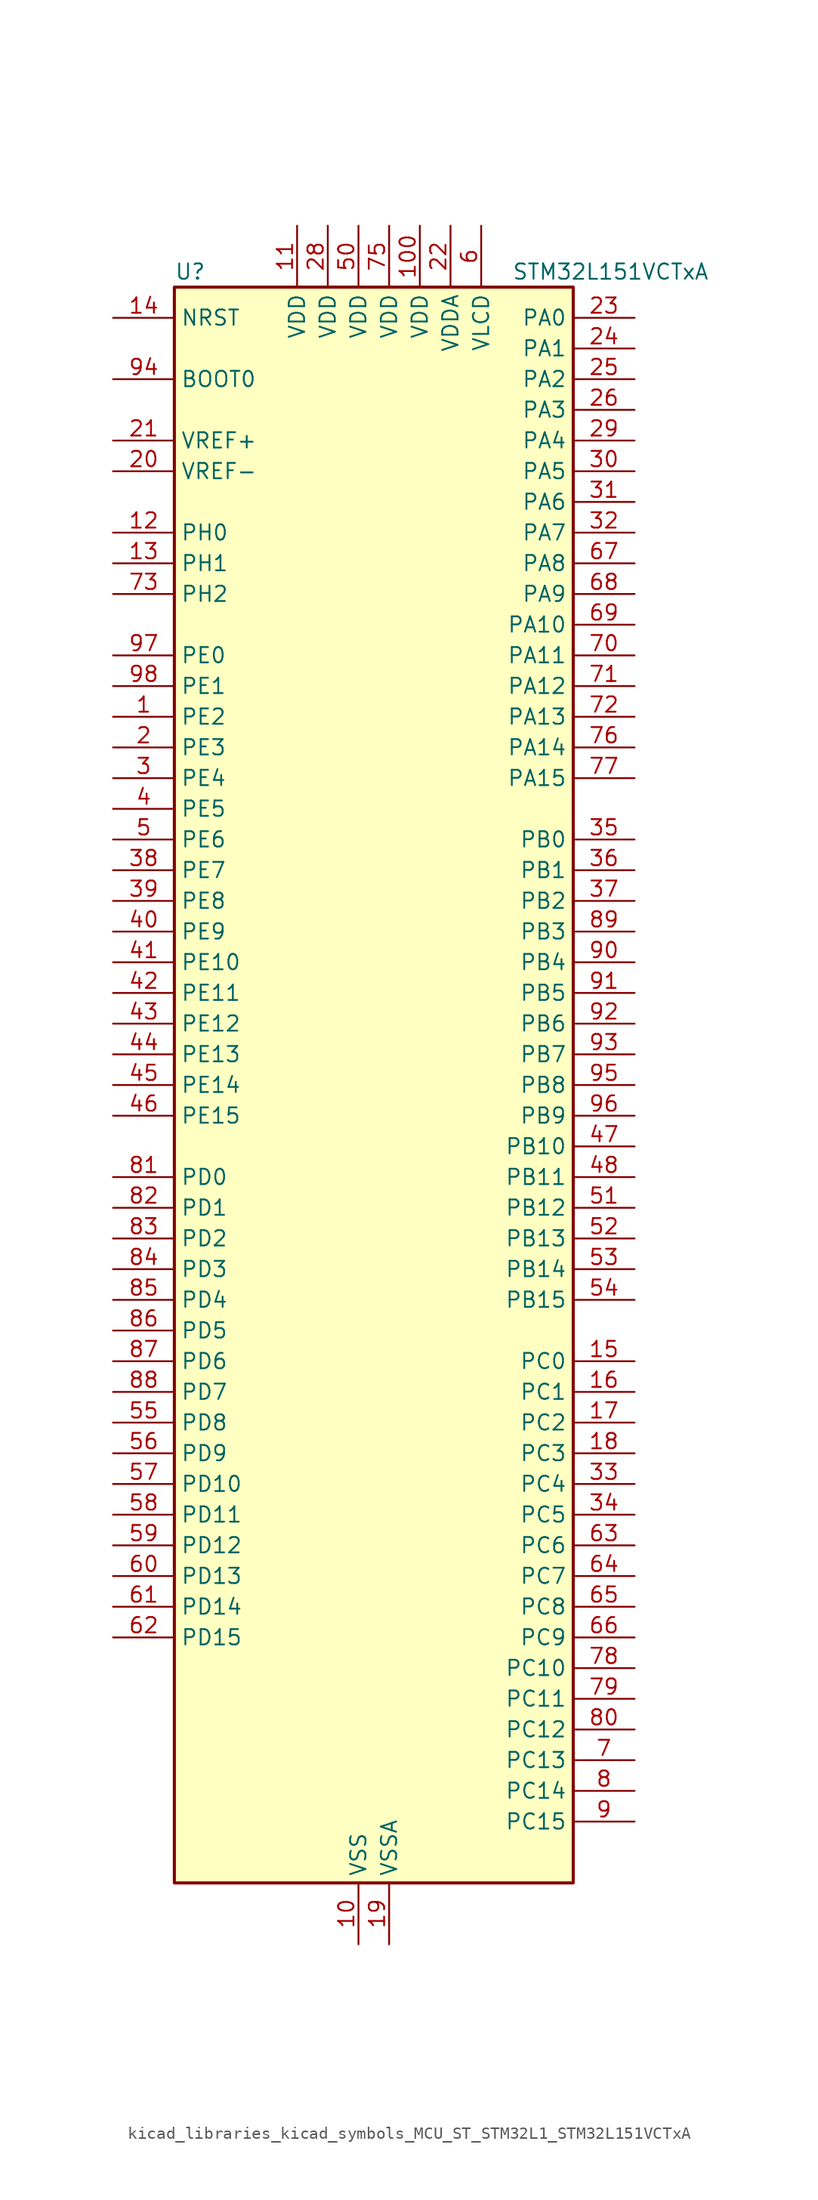
<source format=kicad_sym>
(kicad_symbol_lib
  (version 20220914)
  (generator kicad_symbol_editor)
  (symbol "kicad_libraries_kicad_symbols_MCU_ST_STM32L1_STM32L151VCTxA"
    (property "Reference" "U"
      (at -15.24 67.31 0)
      (effects (font (size 1.27 1.27)) (justify left)))
    (property "Value" "STM32L151VCTxA"
      (at 12.7 67.31 0)
      (effects (font (size 1.27 1.27)) (justify left)))
    (property "ki_locked" ""
      (at 0 0 0)
      (effects (font (size 1.27 1.27))))
    (symbol "kicad_libraries_kicad_symbols_MCU_ST_STM32L1_STM32L151VCTxA_0_1"
      (rectangle (start -15.24 -66.04) (end 17.78 66.04) (stroke (width 0.254) (type default)) (fill (type background))))
    (symbol "kicad_libraries_kicad_symbols_MCU_ST_STM32L1_STM32L151VCTxA_1_1"
      (pin bidirectional line (at -20.32 30.48 0) (length 5.08) (name "PE2" (effects (font (size 1.27 1.27)))) (number "1" (effects (font (size 1.27 1.27)))) (alternate "SYS_TRACECK" bidirectional line) (alternate "TIM3_ETR" bidirectional line) (alternate "TIMX_IC3" bidirectional line))
      (pin power_in line (at 0 -71.12 90) (length 5.08) (name "VSS" (effects (font (size 1.27 1.27)))) (number "10" (effects (font (size 1.27 1.27)))))
      (pin power_in line (at 5.08 71.12 270) (length 5.08) (name "VDD" (effects (font (size 1.27 1.27)))) (number "100" (effects (font (size 1.27 1.27)))))
      (pin power_in line (at -5.08 71.12 270) (length 5.08) (name "VDD" (effects (font (size 1.27 1.27)))) (number "11" (effects (font (size 1.27 1.27)))))
      (pin bidirectional line (at -20.32 45.72 0) (length 5.08) (name "PH0" (effects (font (size 1.27 1.27)))) (number "12" (effects (font (size 1.27 1.27)))) (alternate "RCC_OSC_IN" bidirectional line))
      (pin bidirectional line (at -20.32 43.18 0) (length 5.08) (name "PH1" (effects (font (size 1.27 1.27)))) (number "13" (effects (font (size 1.27 1.27)))) (alternate "RCC_OSC_OUT" bidirectional line))
      (pin input line (at -20.32 63.5 0) (length 5.08) (name "NRST" (effects (font (size 1.27 1.27)))) (number "14" (effects (font (size 1.27 1.27)))))
      (pin bidirectional line (at 22.86 -22.86 180) (length 5.08) (name "PC0" (effects (font (size 1.27 1.27)))) (number "15" (effects (font (size 1.27 1.27)))) (alternate "ADC_IN10" bidirectional line) (alternate "COMP1_INP" bidirectional line) (alternate "TIMX_IC1" bidirectional line) (alternate "TS_G8_IO1" bidirectional line))
      (pin bidirectional line (at 22.86 -25.4 180) (length 5.08) (name "PC1" (effects (font (size 1.27 1.27)))) (number "16" (effects (font (size 1.27 1.27)))) (alternate "ADC_IN11" bidirectional line) (alternate "COMP1_INP" bidirectional line) (alternate "TIMX_IC2" bidirectional line) (alternate "TS_G8_IO2" bidirectional line))
      (pin bidirectional line (at 22.86 -27.94 180) (length 5.08) (name "PC2" (effects (font (size 1.27 1.27)))) (number "17" (effects (font (size 1.27 1.27)))) (alternate "ADC_IN12" bidirectional line) (alternate "COMP1_INP" bidirectional line) (alternate "TIMX_IC3" bidirectional line) (alternate "TS_G8_IO3" bidirectional line))
      (pin bidirectional line (at 22.86 -30.48 180) (length 5.08) (name "PC3" (effects (font (size 1.27 1.27)))) (number "18" (effects (font (size 1.27 1.27)))) (alternate "ADC_IN13" bidirectional line) (alternate "COMP1_INP" bidirectional line) (alternate "TIMX_IC4" bidirectional line) (alternate "TS_G8_IO4" bidirectional line))
      (pin power_in line (at 2.54 -71.12 90) (length 5.08) (name "VSSA" (effects (font (size 1.27 1.27)))) (number "19" (effects (font (size 1.27 1.27)))))
      (pin bidirectional line (at -20.32 27.94 0) (length 5.08) (name "PE3" (effects (font (size 1.27 1.27)))) (number "2" (effects (font (size 1.27 1.27)))) (alternate "SYS_TRACED0" bidirectional line) (alternate "TIM3_CH1" bidirectional line) (alternate "TIMX_IC4" bidirectional line))
      (pin input line (at -20.32 50.8 0) (length 5.08) (name "VREF-" (effects (font (size 1.27 1.27)))) (number "20" (effects (font (size 1.27 1.27)))))
      (pin input line (at -20.32 53.34 0) (length 5.08) (name "VREF+" (effects (font (size 1.27 1.27)))) (number "21" (effects (font (size 1.27 1.27)))))
      (pin power_in line (at 7.62 71.12 270) (length 5.08) (name "VDDA" (effects (font (size 1.27 1.27)))) (number "22" (effects (font (size 1.27 1.27)))))
      (pin bidirectional line (at 22.86 63.5 180) (length 5.08) (name "PA0" (effects (font (size 1.27 1.27)))) (number "23" (effects (font (size 1.27 1.27)))) (alternate "ADC_IN0" bidirectional line) (alternate "COMP1_INP" bidirectional line) (alternate "RTC_TAMP2" bidirectional line) (alternate "SYS_WKUP1" bidirectional line) (alternate "TIM2_CH1" bidirectional line) (alternate "TIM2_ETR" bidirectional line) (alternate "TIM5_CH1" bidirectional line) (alternate "TIMX_IC1" bidirectional line) (alternate "TS_G1_IO1" bidirectional line) (alternate "USART2_CTS" bidirectional line))
      (pin bidirectional line (at 22.86 60.96 180) (length 5.08) (name "PA1" (effects (font (size 1.27 1.27)))) (number "24" (effects (font (size 1.27 1.27)))) (alternate "ADC_IN1" bidirectional line) (alternate "COMP1_INP" bidirectional line) (alternate "OPAMP1_VINP" bidirectional line) (alternate "TIM2_CH2" bidirectional line) (alternate "TIM5_CH2" bidirectional line) (alternate "TIMX_IC2" bidirectional line) (alternate "TS_G1_IO2" bidirectional line) (alternate "USART2_RTS" bidirectional line))
      (pin bidirectional line (at 22.86 58.42 180) (length 5.08) (name "PA2" (effects (font (size 1.27 1.27)))) (number "25" (effects (font (size 1.27 1.27)))) (alternate "ADC_IN2" bidirectional line) (alternate "COMP1_INP" bidirectional line) (alternate "OPAMP1_VINM" bidirectional line) (alternate "TIM2_CH3" bidirectional line) (alternate "TIM5_CH3" bidirectional line) (alternate "TIM9_CH1" bidirectional line) (alternate "TIMX_IC3" bidirectional line) (alternate "TS_G1_IO3" bidirectional line) (alternate "USART2_TX" bidirectional line))
      (pin bidirectional line (at 22.86 55.88 180) (length 5.08) (name "PA3" (effects (font (size 1.27 1.27)))) (number "26" (effects (font (size 1.27 1.27)))) (alternate "ADC_IN3" bidirectional line) (alternate "COMP1_INP" bidirectional line) (alternate "OPAMP1_VOUT" bidirectional line) (alternate "TIM2_CH4" bidirectional line) (alternate "TIM5_CH4" bidirectional line) (alternate "TIM9_CH2" bidirectional line) (alternate "TIMX_IC4" bidirectional line) (alternate "TS_G1_IO4" bidirectional line) (alternate "USART2_RX" bidirectional line))
      (pin passive line (at 0 -71.12 90) (length 5.08) hide (name "VSS" (effects (font (size 1.27 1.27)))) (number "27" (effects (font (size 1.27 1.27)))))
      (pin power_in line (at -2.54 71.12 270) (length 5.08) (name "VDD" (effects (font (size 1.27 1.27)))) (number "28" (effects (font (size 1.27 1.27)))))
      (pin bidirectional line (at 22.86 53.34 180) (length 5.08) (name "PA4" (effects (font (size 1.27 1.27)))) (number "29" (effects (font (size 1.27 1.27)))) (alternate "ADC_IN4" bidirectional line) (alternate "COMP1_INP" bidirectional line) (alternate "DAC_OUT1" bidirectional line) (alternate "I2S3_WS" bidirectional line) (alternate "SPI1_NSS" bidirectional line) (alternate "SPI3_NSS" bidirectional line) (alternate "TIMX_IC1" bidirectional line) (alternate "USART2_CK" bidirectional line))
      (pin bidirectional line (at -20.32 25.4 0) (length 5.08) (name "PE4" (effects (font (size 1.27 1.27)))) (number "3" (effects (font (size 1.27 1.27)))) (alternate "SYS_TRACED1" bidirectional line) (alternate "TIM3_CH2" bidirectional line) (alternate "TIMX_IC1" bidirectional line))
      (pin bidirectional line (at 22.86 50.8 180) (length 5.08) (name "PA5" (effects (font (size 1.27 1.27)))) (number "30" (effects (font (size 1.27 1.27)))) (alternate "ADC_IN5" bidirectional line) (alternate "COMP1_INP" bidirectional line) (alternate "DAC_OUT2" bidirectional line) (alternate "SPI1_SCK" bidirectional line) (alternate "TIM2_CH1" bidirectional line) (alternate "TIM2_ETR" bidirectional line) (alternate "TIMX_IC2" bidirectional line))
      (pin bidirectional line (at 22.86 48.26 180) (length 5.08) (name "PA6" (effects (font (size 1.27 1.27)))) (number "31" (effects (font (size 1.27 1.27)))) (alternate "ADC_IN6" bidirectional line) (alternate "COMP1_INP" bidirectional line) (alternate "OPAMP2_VINP" bidirectional line) (alternate "SPI1_MISO" bidirectional line) (alternate "TIM10_CH1" bidirectional line) (alternate "TIM3_CH1" bidirectional line) (alternate "TIMX_IC3" bidirectional line) (alternate "TS_G2_IO1" bidirectional line))
      (pin bidirectional line (at 22.86 45.72 180) (length 5.08) (name "PA7" (effects (font (size 1.27 1.27)))) (number "32" (effects (font (size 1.27 1.27)))) (alternate "ADC_IN7" bidirectional line) (alternate "COMP1_INP" bidirectional line) (alternate "OPAMP2_VINM" bidirectional line) (alternate "SPI1_MOSI" bidirectional line) (alternate "TIM11_CH1" bidirectional line) (alternate "TIM3_CH2" bidirectional line) (alternate "TIMX_IC4" bidirectional line) (alternate "TS_G2_IO2" bidirectional line))
      (pin bidirectional line (at 22.86 -33.02 180) (length 5.08) (name "PC4" (effects (font (size 1.27 1.27)))) (number "33" (effects (font (size 1.27 1.27)))) (alternate "ADC_IN14" bidirectional line) (alternate "COMP1_INP" bidirectional line) (alternate "TIMX_IC1" bidirectional line) (alternate "TS_G9_IO1" bidirectional line))
      (pin bidirectional line (at 22.86 -35.56 180) (length 5.08) (name "PC5" (effects (font (size 1.27 1.27)))) (number "34" (effects (font (size 1.27 1.27)))) (alternate "ADC_IN15" bidirectional line) (alternate "COMP1_INP" bidirectional line) (alternate "TIMX_IC2" bidirectional line) (alternate "TS_G9_IO2" bidirectional line))
      (pin bidirectional line (at 22.86 20.32 180) (length 5.08) (name "PB0" (effects (font (size 1.27 1.27)))) (number "35" (effects (font (size 1.27 1.27)))) (alternate "ADC_IN8" bidirectional line) (alternate "COMP1_INP" bidirectional line) (alternate "OPAMP2_VOUT" bidirectional line) (alternate "SYS_V_REF_OUT" bidirectional line) (alternate "TIM3_CH3" bidirectional line) (alternate "TS_G3_IO1" bidirectional line))
      (pin bidirectional line (at 22.86 17.78 180) (length 5.08) (name "PB1" (effects (font (size 1.27 1.27)))) (number "36" (effects (font (size 1.27 1.27)))) (alternate "ADC_IN9" bidirectional line) (alternate "COMP1_INP" bidirectional line) (alternate "SYS_V_REF_OUT" bidirectional line) (alternate "TIM3_CH4" bidirectional line) (alternate "TS_G3_IO2" bidirectional line))
      (pin bidirectional line (at 22.86 15.24 180) (length 5.08) (name "PB2" (effects (font (size 1.27 1.27)))) (number "37" (effects (font (size 1.27 1.27)))) (alternate "TS_G3_IO3" bidirectional line))
      (pin bidirectional line (at -20.32 17.78 0) (length 5.08) (name "PE7" (effects (font (size 1.27 1.27)))) (number "38" (effects (font (size 1.27 1.27)))) (alternate "ADC_IN22" bidirectional line) (alternate "COMP1_INP" bidirectional line) (alternate "TIMX_IC4" bidirectional line))
      (pin bidirectional line (at -20.32 15.24 0) (length 5.08) (name "PE8" (effects (font (size 1.27 1.27)))) (number "39" (effects (font (size 1.27 1.27)))) (alternate "ADC_IN23" bidirectional line) (alternate "COMP1_INP" bidirectional line) (alternate "TIMX_IC1" bidirectional line))
      (pin bidirectional line (at -20.32 22.86 0) (length 5.08) (name "PE5" (effects (font (size 1.27 1.27)))) (number "4" (effects (font (size 1.27 1.27)))) (alternate "SYS_TRACED2" bidirectional line) (alternate "TIM9_CH1" bidirectional line) (alternate "TIMX_IC2" bidirectional line))
      (pin bidirectional line (at -20.32 12.7 0) (length 5.08) (name "PE9" (effects (font (size 1.27 1.27)))) (number "40" (effects (font (size 1.27 1.27)))) (alternate "ADC_IN24" bidirectional line) (alternate "COMP1_INP" bidirectional line) (alternate "DAC_EXTI9" bidirectional line) (alternate "TIM2_CH1" bidirectional line) (alternate "TIM2_ETR" bidirectional line) (alternate "TIMX_IC2" bidirectional line))
      (pin bidirectional line (at -20.32 10.16 0) (length 5.08) (name "PE10" (effects (font (size 1.27 1.27)))) (number "41" (effects (font (size 1.27 1.27)))) (alternate "ADC_IN25" bidirectional line) (alternate "COMP1_INP" bidirectional line) (alternate "TIM2_CH2" bidirectional line) (alternate "TIMX_IC3" bidirectional line))
      (pin bidirectional line (at -20.32 7.62 0) (length 5.08) (name "PE11" (effects (font (size 1.27 1.27)))) (number "42" (effects (font (size 1.27 1.27)))) (alternate "ADC_EXTI11" bidirectional line) (alternate "TIM2_CH3" bidirectional line) (alternate "TIMX_IC4" bidirectional line))
      (pin bidirectional line (at -20.32 5.08 0) (length 5.08) (name "PE12" (effects (font (size 1.27 1.27)))) (number "43" (effects (font (size 1.27 1.27)))) (alternate "SPI1_NSS" bidirectional line) (alternate "TIM2_CH4" bidirectional line) (alternate "TIMX_IC1" bidirectional line))
      (pin bidirectional line (at -20.32 2.54 0) (length 5.08) (name "PE13" (effects (font (size 1.27 1.27)))) (number "44" (effects (font (size 1.27 1.27)))) (alternate "SPI1_SCK" bidirectional line) (alternate "TIMX_IC2" bidirectional line))
      (pin bidirectional line (at -20.32 0 0) (length 5.08) (name "PE14" (effects (font (size 1.27 1.27)))) (number "45" (effects (font (size 1.27 1.27)))) (alternate "SPI1_MISO" bidirectional line) (alternate "TIMX_IC3" bidirectional line))
      (pin bidirectional line (at -20.32 -2.54 0) (length 5.08) (name "PE15" (effects (font (size 1.27 1.27)))) (number "46" (effects (font (size 1.27 1.27)))) (alternate "ADC_EXTI15" bidirectional line) (alternate "SPI1_MOSI" bidirectional line) (alternate "TIMX_IC4" bidirectional line))
      (pin bidirectional line (at 22.86 -5.08 180) (length 5.08) (name "PB10" (effects (font (size 1.27 1.27)))) (number "47" (effects (font (size 1.27 1.27)))) (alternate "I2C2_SCL" bidirectional line) (alternate "TIM2_CH3" bidirectional line) (alternate "USART3_TX" bidirectional line))
      (pin bidirectional line (at 22.86 -7.62 180) (length 5.08) (name "PB11" (effects (font (size 1.27 1.27)))) (number "48" (effects (font (size 1.27 1.27)))) (alternate "ADC_EXTI11" bidirectional line) (alternate "I2C2_SDA" bidirectional line) (alternate "TIM2_CH4" bidirectional line) (alternate "USART3_RX" bidirectional line))
      (pin passive line (at 0 -71.12 90) (length 5.08) hide (name "VSS" (effects (font (size 1.27 1.27)))) (number "49" (effects (font (size 1.27 1.27)))))
      (pin bidirectional line (at -20.32 20.32 0) (length 5.08) (name "PE6" (effects (font (size 1.27 1.27)))) (number "5" (effects (font (size 1.27 1.27)))) (alternate "RTC_TAMP3" bidirectional line) (alternate "SYS_TRACED3" bidirectional line) (alternate "SYS_WKUP3" bidirectional line) (alternate "TIM9_CH2" bidirectional line) (alternate "TIMX_IC3" bidirectional line))
      (pin power_in line (at 0 71.12 270) (length 5.08) (name "VDD" (effects (font (size 1.27 1.27)))) (number "50" (effects (font (size 1.27 1.27)))))
      (pin bidirectional line (at 22.86 -10.16 180) (length 5.08) (name "PB12" (effects (font (size 1.27 1.27)))) (number "51" (effects (font (size 1.27 1.27)))) (alternate "ADC_IN18" bidirectional line) (alternate "COMP1_INP" bidirectional line) (alternate "I2C2_SMBA" bidirectional line) (alternate "I2S2_WS" bidirectional line) (alternate "SPI2_NSS" bidirectional line) (alternate "TIM10_CH1" bidirectional line) (alternate "TS_G7_IO1" bidirectional line) (alternate "USART3_CK" bidirectional line))
      (pin bidirectional line (at 22.86 -12.7 180) (length 5.08) (name "PB13" (effects (font (size 1.27 1.27)))) (number "52" (effects (font (size 1.27 1.27)))) (alternate "ADC_IN19" bidirectional line) (alternate "COMP1_INP" bidirectional line) (alternate "I2S2_CK" bidirectional line) (alternate "SPI2_SCK" bidirectional line) (alternate "TIM9_CH1" bidirectional line) (alternate "TS_G7_IO2" bidirectional line) (alternate "USART3_CTS" bidirectional line))
      (pin bidirectional line (at 22.86 -15.24 180) (length 5.08) (name "PB14" (effects (font (size 1.27 1.27)))) (number "53" (effects (font (size 1.27 1.27)))) (alternate "ADC_IN20" bidirectional line) (alternate "COMP1_INP" bidirectional line) (alternate "SPI2_MISO" bidirectional line) (alternate "TIM9_CH2" bidirectional line) (alternate "TS_G7_IO3" bidirectional line) (alternate "USART3_RTS" bidirectional line))
      (pin bidirectional line (at 22.86 -17.78 180) (length 5.08) (name "PB15" (effects (font (size 1.27 1.27)))) (number "54" (effects (font (size 1.27 1.27)))) (alternate "ADC_EXTI15" bidirectional line) (alternate "ADC_IN21" bidirectional line) (alternate "COMP1_INP" bidirectional line) (alternate "I2S2_SD" bidirectional line) (alternate "RTC_REFIN" bidirectional line) (alternate "SPI2_MOSI" bidirectional line) (alternate "TIM11_CH1" bidirectional line) (alternate "TS_G7_IO4" bidirectional line))
      (pin bidirectional line (at -20.32 -27.94 0) (length 5.08) (name "PD8" (effects (font (size 1.27 1.27)))) (number "55" (effects (font (size 1.27 1.27)))) (alternate "TIMX_IC1" bidirectional line) (alternate "USART3_TX" bidirectional line))
      (pin bidirectional line (at -20.32 -30.48 0) (length 5.08) (name "PD9" (effects (font (size 1.27 1.27)))) (number "56" (effects (font (size 1.27 1.27)))) (alternate "DAC_EXTI9" bidirectional line) (alternate "TIMX_IC2" bidirectional line) (alternate "USART3_RX" bidirectional line))
      (pin bidirectional line (at -20.32 -33.02 0) (length 5.08) (name "PD10" (effects (font (size 1.27 1.27)))) (number "57" (effects (font (size 1.27 1.27)))) (alternate "TIMX_IC3" bidirectional line) (alternate "USART3_CK" bidirectional line))
      (pin bidirectional line (at -20.32 -35.56 0) (length 5.08) (name "PD11" (effects (font (size 1.27 1.27)))) (number "58" (effects (font (size 1.27 1.27)))) (alternate "ADC_EXTI11" bidirectional line) (alternate "TIMX_IC4" bidirectional line) (alternate "USART3_CTS" bidirectional line))
      (pin bidirectional line (at -20.32 -38.1 0) (length 5.08) (name "PD12" (effects (font (size 1.27 1.27)))) (number "59" (effects (font (size 1.27 1.27)))) (alternate "TIM4_CH1" bidirectional line) (alternate "TIMX_IC1" bidirectional line) (alternate "USART3_RTS" bidirectional line))
      (pin power_in line (at 10.16 71.12 270) (length 5.08) (name "VLCD" (effects (font (size 1.27 1.27)))) (number "6" (effects (font (size 1.27 1.27)))))
      (pin bidirectional line (at -20.32 -40.64 0) (length 5.08) (name "PD13" (effects (font (size 1.27 1.27)))) (number "60" (effects (font (size 1.27 1.27)))) (alternate "TIM4_CH2" bidirectional line) (alternate "TIMX_IC2" bidirectional line))
      (pin bidirectional line (at -20.32 -43.18 0) (length 5.08) (name "PD14" (effects (font (size 1.27 1.27)))) (number "61" (effects (font (size 1.27 1.27)))) (alternate "TIM4_CH3" bidirectional line) (alternate "TIMX_IC3" bidirectional line))
      (pin bidirectional line (at -20.32 -45.72 0) (length 5.08) (name "PD15" (effects (font (size 1.27 1.27)))) (number "62" (effects (font (size 1.27 1.27)))) (alternate "ADC_EXTI15" bidirectional line) (alternate "TIM4_CH4" bidirectional line) (alternate "TIMX_IC4" bidirectional line))
      (pin bidirectional line (at 22.86 -38.1 180) (length 5.08) (name "PC6" (effects (font (size 1.27 1.27)))) (number "63" (effects (font (size 1.27 1.27)))) (alternate "I2S2_MCK" bidirectional line) (alternate "TIM3_CH1" bidirectional line) (alternate "TIMX_IC3" bidirectional line) (alternate "TS_G10_IO1" bidirectional line))
      (pin bidirectional line (at 22.86 -40.64 180) (length 5.08) (name "PC7" (effects (font (size 1.27 1.27)))) (number "64" (effects (font (size 1.27 1.27)))) (alternate "I2S3_MCK" bidirectional line) (alternate "TIM3_CH2" bidirectional line) (alternate "TIMX_IC4" bidirectional line) (alternate "TS_G10_IO2" bidirectional line))
      (pin bidirectional line (at 22.86 -43.18 180) (length 5.08) (name "PC8" (effects (font (size 1.27 1.27)))) (number "65" (effects (font (size 1.27 1.27)))) (alternate "TIM3_CH3" bidirectional line) (alternate "TIMX_IC1" bidirectional line) (alternate "TS_G10_IO3" bidirectional line))
      (pin bidirectional line (at 22.86 -45.72 180) (length 5.08) (name "PC9" (effects (font (size 1.27 1.27)))) (number "66" (effects (font (size 1.27 1.27)))) (alternate "DAC_EXTI9" bidirectional line) (alternate "TIM3_CH4" bidirectional line) (alternate "TIMX_IC2" bidirectional line) (alternate "TS_G10_IO4" bidirectional line))
      (pin bidirectional line (at 22.86 43.18 180) (length 5.08) (name "PA8" (effects (font (size 1.27 1.27)))) (number "67" (effects (font (size 1.27 1.27)))) (alternate "RCC_MCO" bidirectional line) (alternate "TIMX_IC1" bidirectional line) (alternate "TS_G4_IO1" bidirectional line) (alternate "USART1_CK" bidirectional line))
      (pin bidirectional line (at 22.86 40.64 180) (length 5.08) (name "PA9" (effects (font (size 1.27 1.27)))) (number "68" (effects (font (size 1.27 1.27)))) (alternate "DAC_EXTI9" bidirectional line) (alternate "TIMX_IC2" bidirectional line) (alternate "TS_G4_IO2" bidirectional line) (alternate "USART1_TX" bidirectional line))
      (pin bidirectional line (at 22.86 38.1 180) (length 5.08) (name "PA10" (effects (font (size 1.27 1.27)))) (number "69" (effects (font (size 1.27 1.27)))) (alternate "TIMX_IC3" bidirectional line) (alternate "TS_G4_IO3" bidirectional line) (alternate "USART1_RX" bidirectional line))
      (pin bidirectional line (at 22.86 -55.88 180) (length 5.08) (name "PC13" (effects (font (size 1.27 1.27)))) (number "7" (effects (font (size 1.27 1.27)))) (alternate "RTC_OUT_ALARM" bidirectional line) (alternate "RTC_OUT_CALIB" bidirectional line) (alternate "RTC_TAMP1" bidirectional line) (alternate "RTC_TS" bidirectional line) (alternate "SYS_WKUP2" bidirectional line) (alternate "TIMX_IC2" bidirectional line))
      (pin bidirectional line (at 22.86 35.56 180) (length 5.08) (name "PA11" (effects (font (size 1.27 1.27)))) (number "70" (effects (font (size 1.27 1.27)))) (alternate "ADC_EXTI11" bidirectional line) (alternate "SPI1_MISO" bidirectional line) (alternate "TIMX_IC4" bidirectional line) (alternate "USART1_CTS" bidirectional line) (alternate "USB_DM" bidirectional line))
      (pin bidirectional line (at 22.86 33.02 180) (length 5.08) (name "PA12" (effects (font (size 1.27 1.27)))) (number "71" (effects (font (size 1.27 1.27)))) (alternate "SPI1_MOSI" bidirectional line) (alternate "TIMX_IC1" bidirectional line) (alternate "USART1_RTS" bidirectional line) (alternate "USB_DP" bidirectional line))
      (pin bidirectional line (at 22.86 30.48 180) (length 5.08) (name "PA13" (effects (font (size 1.27 1.27)))) (number "72" (effects (font (size 1.27 1.27)))) (alternate "SYS_JTMS-SWDIO" bidirectional line) (alternate "TIMX_IC2" bidirectional line) (alternate "TS_G5_IO1" bidirectional line))
      (pin bidirectional line (at -20.32 40.64 0) (length 5.08) (name "PH2" (effects (font (size 1.27 1.27)))) (number "73" (effects (font (size 1.27 1.27)))))
      (pin passive line (at 0 -71.12 90) (length 5.08) hide (name "VSS" (effects (font (size 1.27 1.27)))) (number "74" (effects (font (size 1.27 1.27)))))
      (pin power_in line (at 2.54 71.12 270) (length 5.08) (name "VDD" (effects (font (size 1.27 1.27)))) (number "75" (effects (font (size 1.27 1.27)))))
      (pin bidirectional line (at 22.86 27.94 180) (length 5.08) (name "PA14" (effects (font (size 1.27 1.27)))) (number "76" (effects (font (size 1.27 1.27)))) (alternate "SYS_JTCK-SWCLK" bidirectional line) (alternate "TIMX_IC3" bidirectional line) (alternate "TS_G5_IO2" bidirectional line))
      (pin bidirectional line (at 22.86 25.4 180) (length 5.08) (name "PA15" (effects (font (size 1.27 1.27)))) (number "77" (effects (font (size 1.27 1.27)))) (alternate "ADC_EXTI15" bidirectional line) (alternate "I2S3_WS" bidirectional line) (alternate "SPI1_NSS" bidirectional line) (alternate "SPI3_NSS" bidirectional line) (alternate "SYS_JTDI" bidirectional line) (alternate "TIM2_CH1" bidirectional line) (alternate "TIM2_ETR" bidirectional line) (alternate "TIMX_IC4" bidirectional line) (alternate "TS_G5_IO3" bidirectional line))
      (pin bidirectional line (at 22.86 -48.26 180) (length 5.08) (name "PC10" (effects (font (size 1.27 1.27)))) (number "78" (effects (font (size 1.27 1.27)))) (alternate "I2S3_CK" bidirectional line) (alternate "SPI3_SCK" bidirectional line) (alternate "TIMX_IC3" bidirectional line) (alternate "USART3_TX" bidirectional line))
      (pin bidirectional line (at 22.86 -50.8 180) (length 5.08) (name "PC11" (effects (font (size 1.27 1.27)))) (number "79" (effects (font (size 1.27 1.27)))) (alternate "ADC_EXTI11" bidirectional line) (alternate "SPI3_MISO" bidirectional line) (alternate "TIMX_IC4" bidirectional line) (alternate "USART3_RX" bidirectional line))
      (pin bidirectional line (at 22.86 -58.42 180) (length 5.08) (name "PC14" (effects (font (size 1.27 1.27)))) (number "8" (effects (font (size 1.27 1.27)))) (alternate "RCC_OSC32_IN" bidirectional line) (alternate "TIMX_IC3" bidirectional line))
      (pin bidirectional line (at 22.86 -53.34 180) (length 5.08) (name "PC12" (effects (font (size 1.27 1.27)))) (number "80" (effects (font (size 1.27 1.27)))) (alternate "I2S3_SD" bidirectional line) (alternate "SPI3_MOSI" bidirectional line) (alternate "TIMX_IC1" bidirectional line) (alternate "USART3_CK" bidirectional line))
      (pin bidirectional line (at -20.32 -7.62 0) (length 5.08) (name "PD0" (effects (font (size 1.27 1.27)))) (number "81" (effects (font (size 1.27 1.27)))) (alternate "I2S2_WS" bidirectional line) (alternate "SPI2_NSS" bidirectional line) (alternate "TIM9_CH1" bidirectional line) (alternate "TIMX_IC1" bidirectional line))
      (pin bidirectional line (at -20.32 -10.16 0) (length 5.08) (name "PD1" (effects (font (size 1.27 1.27)))) (number "82" (effects (font (size 1.27 1.27)))) (alternate "I2S2_CK" bidirectional line) (alternate "SPI2_SCK" bidirectional line) (alternate "TIMX_IC2" bidirectional line))
      (pin bidirectional line (at -20.32 -12.7 0) (length 5.08) (name "PD2" (effects (font (size 1.27 1.27)))) (number "83" (effects (font (size 1.27 1.27)))) (alternate "TIM3_ETR" bidirectional line) (alternate "TIMX_IC3" bidirectional line))
      (pin bidirectional line (at -20.32 -15.24 0) (length 5.08) (name "PD3" (effects (font (size 1.27 1.27)))) (number "84" (effects (font (size 1.27 1.27)))) (alternate "SPI2_MISO" bidirectional line) (alternate "TIMX_IC4" bidirectional line) (alternate "USART2_CTS" bidirectional line))
      (pin bidirectional line (at -20.32 -17.78 0) (length 5.08) (name "PD4" (effects (font (size 1.27 1.27)))) (number "85" (effects (font (size 1.27 1.27)))) (alternate "I2S2_SD" bidirectional line) (alternate "SPI2_MOSI" bidirectional line) (alternate "TIMX_IC1" bidirectional line) (alternate "USART2_RTS" bidirectional line))
      (pin bidirectional line (at -20.32 -20.32 0) (length 5.08) (name "PD5" (effects (font (size 1.27 1.27)))) (number "86" (effects (font (size 1.27 1.27)))) (alternate "TIMX_IC2" bidirectional line) (alternate "USART2_TX" bidirectional line))
      (pin bidirectional line (at -20.32 -22.86 0) (length 5.08) (name "PD6" (effects (font (size 1.27 1.27)))) (number "87" (effects (font (size 1.27 1.27)))) (alternate "TIMX_IC3" bidirectional line) (alternate "USART2_RX" bidirectional line))
      (pin bidirectional line (at -20.32 -25.4 0) (length 5.08) (name "PD7" (effects (font (size 1.27 1.27)))) (number "88" (effects (font (size 1.27 1.27)))) (alternate "TIM9_CH2" bidirectional line) (alternate "TIMX_IC4" bidirectional line) (alternate "USART2_CK" bidirectional line))
      (pin bidirectional line (at 22.86 12.7 180) (length 5.08) (name "PB3" (effects (font (size 1.27 1.27)))) (number "89" (effects (font (size 1.27 1.27)))) (alternate "COMP2_INM" bidirectional line) (alternate "I2S3_CK" bidirectional line) (alternate "SPI1_SCK" bidirectional line) (alternate "SPI3_SCK" bidirectional line) (alternate "SYS_JTDO-TRACESWO" bidirectional line) (alternate "TIM2_CH2" bidirectional line))
      (pin bidirectional line (at 22.86 -60.96 180) (length 5.08) (name "PC15" (effects (font (size 1.27 1.27)))) (number "9" (effects (font (size 1.27 1.27)))) (alternate "ADC_EXTI15" bidirectional line) (alternate "RCC_OSC32_OUT" bidirectional line) (alternate "TIMX_IC4" bidirectional line))
      (pin bidirectional line (at 22.86 10.16 180) (length 5.08) (name "PB4" (effects (font (size 1.27 1.27)))) (number "90" (effects (font (size 1.27 1.27)))) (alternate "COMP2_INP" bidirectional line) (alternate "SPI1_MISO" bidirectional line) (alternate "SPI3_MISO" bidirectional line) (alternate "SYS_JTRST" bidirectional line) (alternate "TIM3_CH1" bidirectional line) (alternate "TS_G6_IO1" bidirectional line))
      (pin bidirectional line (at 22.86 7.62 180) (length 5.08) (name "PB5" (effects (font (size 1.27 1.27)))) (number "91" (effects (font (size 1.27 1.27)))) (alternate "COMP2_INP" bidirectional line) (alternate "I2C1_SMBA" bidirectional line) (alternate "I2S3_SD" bidirectional line) (alternate "SPI1_MOSI" bidirectional line) (alternate "SPI3_MOSI" bidirectional line) (alternate "TIM3_CH2" bidirectional line) (alternate "TS_G6_IO2" bidirectional line))
      (pin bidirectional line (at 22.86 5.08 180) (length 5.08) (name "PB6" (effects (font (size 1.27 1.27)))) (number "92" (effects (font (size 1.27 1.27)))) (alternate "COMP2_INP" bidirectional line) (alternate "I2C1_SCL" bidirectional line) (alternate "TIM4_CH1" bidirectional line) (alternate "TS_G6_IO3" bidirectional line) (alternate "USART1_TX" bidirectional line))
      (pin bidirectional line (at 22.86 2.54 180) (length 5.08) (name "PB7" (effects (font (size 1.27 1.27)))) (number "93" (effects (font (size 1.27 1.27)))) (alternate "COMP2_INP" bidirectional line) (alternate "I2C1_SDA" bidirectional line) (alternate "SYS_PVD_IN" bidirectional line) (alternate "TIM4_CH2" bidirectional line) (alternate "TS_G6_IO4" bidirectional line) (alternate "USART1_RX" bidirectional line))
      (pin input line (at -20.32 58.42 0) (length 5.08) (name "BOOT0" (effects (font (size 1.27 1.27)))) (number "94" (effects (font (size 1.27 1.27)))))
      (pin bidirectional line (at 22.86 0 180) (length 5.08) (name "PB8" (effects (font (size 1.27 1.27)))) (number "95" (effects (font (size 1.27 1.27)))) (alternate "I2C1_SCL" bidirectional line) (alternate "TIM10_CH1" bidirectional line) (alternate "TIM4_CH3" bidirectional line))
      (pin bidirectional line (at 22.86 -2.54 180) (length 5.08) (name "PB9" (effects (font (size 1.27 1.27)))) (number "96" (effects (font (size 1.27 1.27)))) (alternate "DAC_EXTI9" bidirectional line) (alternate "I2C1_SDA" bidirectional line) (alternate "TIM11_CH1" bidirectional line) (alternate "TIM4_CH4" bidirectional line))
      (pin bidirectional line (at -20.32 35.56 0) (length 5.08) (name "PE0" (effects (font (size 1.27 1.27)))) (number "97" (effects (font (size 1.27 1.27)))) (alternate "TIM10_CH1" bidirectional line) (alternate "TIM4_ETR" bidirectional line) (alternate "TIMX_IC1" bidirectional line))
      (pin bidirectional line (at -20.32 33.02 0) (length 5.08) (name "PE1" (effects (font (size 1.27 1.27)))) (number "98" (effects (font (size 1.27 1.27)))) (alternate "TIM11_CH1" bidirectional line) (alternate "TIMX_IC2" bidirectional line))
      (pin passive line (at 0 -71.12 90) (length 5.08) hide (name "VSS" (effects (font (size 1.27 1.27)))) (number "99" (effects (font (size 1.27 1.27))))))))
</source>
